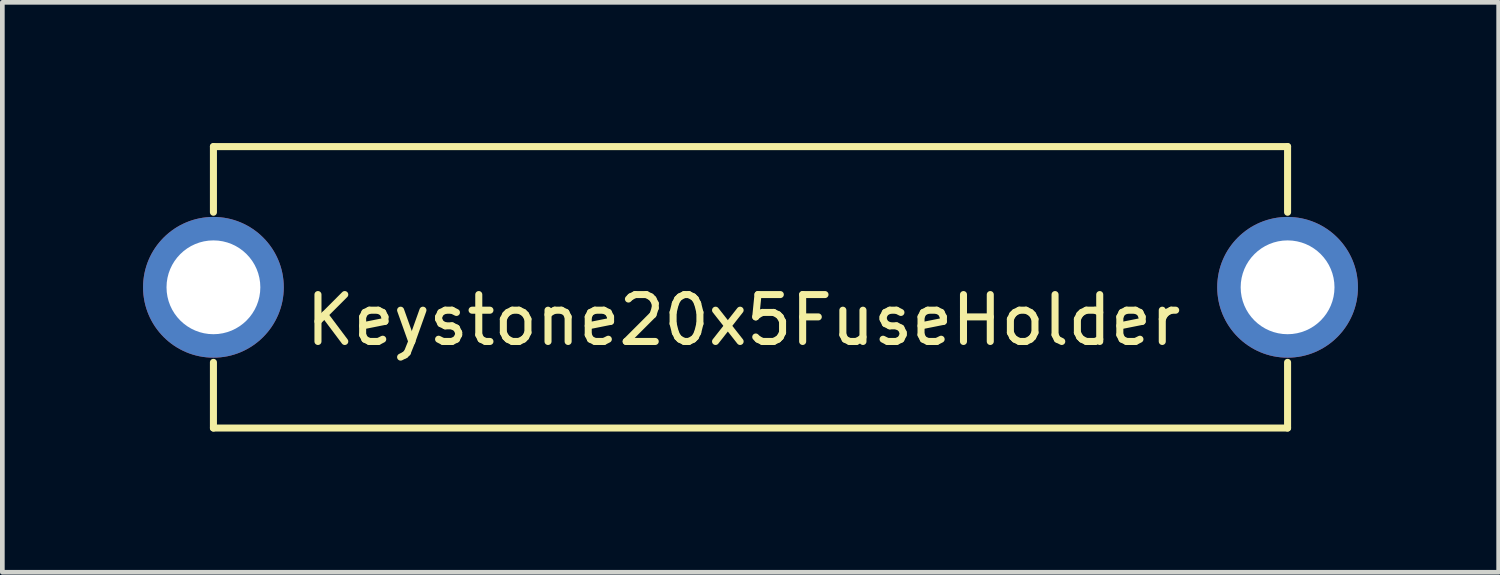
<source format=kicad_pcb>
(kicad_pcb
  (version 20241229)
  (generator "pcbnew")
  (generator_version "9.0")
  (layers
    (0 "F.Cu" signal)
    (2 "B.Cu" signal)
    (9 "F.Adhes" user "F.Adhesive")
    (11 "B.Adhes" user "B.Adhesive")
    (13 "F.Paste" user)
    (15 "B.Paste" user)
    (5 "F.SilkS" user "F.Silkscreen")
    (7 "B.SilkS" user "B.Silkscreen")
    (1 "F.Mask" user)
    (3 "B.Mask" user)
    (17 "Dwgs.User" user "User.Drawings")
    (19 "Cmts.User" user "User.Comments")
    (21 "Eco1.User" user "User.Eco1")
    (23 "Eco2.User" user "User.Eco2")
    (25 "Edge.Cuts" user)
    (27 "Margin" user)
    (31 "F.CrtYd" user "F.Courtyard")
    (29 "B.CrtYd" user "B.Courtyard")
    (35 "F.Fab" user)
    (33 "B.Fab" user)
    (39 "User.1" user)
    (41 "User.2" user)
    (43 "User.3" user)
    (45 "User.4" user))
  (footprint "Keystone20x5FuseHolder"
    (layer "F.Cu")
    (at 24.4 3.075)
    (property "Reference" "Keystone20x5FuseHolder" (at -11.6 0.7 0) (layer "F.SilkS") (effects (font (size 1 1) (thickness 0.15))))
    (attr through_hole)
    (fp_line (start -22.9 -3) (end 0 -3) (stroke (width 0.15) (type solid)) (layer "F.SilkS"))
    (fp_line (start -22.9 -1.6) (end -22.9 -3) (stroke (width 0.15) (type solid)) (layer "F.SilkS"))
    (fp_line (start -22.9 1.6) (end -22.9 3) (stroke (width 0.15) (type solid)) (layer "F.SilkS"))
    (fp_line (start 0 -3) (end 0 -1.6) (stroke (width 0.15) (type solid)) (layer "F.SilkS"))
    (fp_line (start 0 1.6) (end 0 3) (stroke (width 0.15) (type solid)) (layer "F.SilkS"))
    (fp_line (start 0 3) (end -22.9 3) (stroke (width 0.15) (type solid)) (layer "F.SilkS"))
    (pad "1" thru_hole circle (at -22.9 0) (size 3 3) (drill 2) (layers "*.Cu" "*.Mask"))
    (pad "2" thru_hole circle (at 0 0) (size 3 3) (drill 2) (layers "*.Cu" "*.Mask")))
  (gr_rect
    (start -3 -3)
    (end 28.9 9.15)
    (stroke (width 0.1) (type default))
    (fill no)
    (layer "Edge.Cuts")))
</source>
